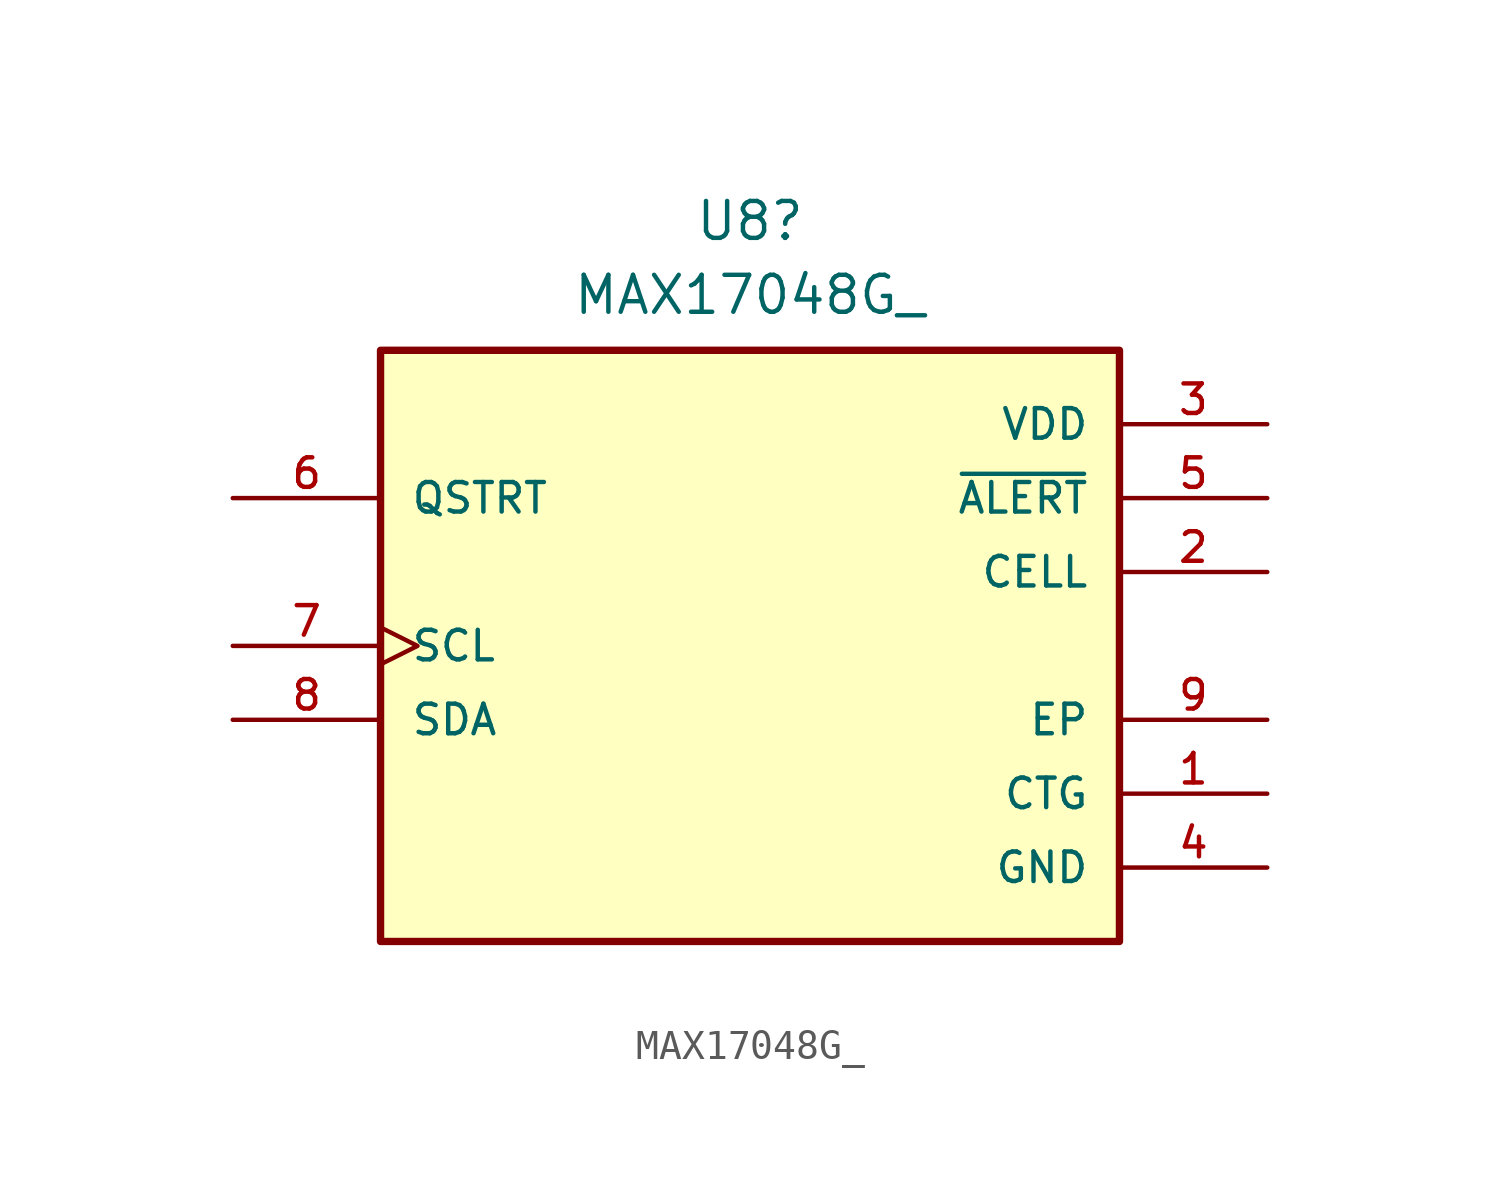
<source format=kicad_sym>
(kicad_symbol_lib
  (version 20220914)
  (generator kicad_symbol_editor)
  (symbol "MAX17048G_"
    (pin_names
      (offset 1.016))
    (property "Reference" "U8"
      (at 0 14.605 0)
      (effects (font (size 1.27 1.27))))
    (property "Value" "MAX17048G_"
      (at 0 12.065 0)
      (effects (font (size 1.27 1.27))))
    (property "ki_locked" ""
      (at 0 0 0)
      (effects (font (size 1.27 1.27))))
    (symbol "MAX17048G__0_0"
      (rectangle (start -12.7 -10.16) (end 12.7 10.16) (stroke (width 0.254) (type solid)) (fill (type background)))
      (pin power_in line (at 17.78 -5.08 180) (length 5.08) (name "CTG" (effects (font (size 1.016 1.016)))) (number "1" (effects (font (size 1.016 1.016)))))
      (pin power_in line (at 17.78 2.54 180) (length 5.08) (name "CELL" (effects (font (size 1.016 1.016)))) (number "2" (effects (font (size 1.016 1.016)))))
      (pin power_in line (at 17.78 7.62 180) (length 5.08) (name "VDD" (effects (font (size 1.016 1.016)))) (number "3" (effects (font (size 1.016 1.016)))))
      (pin power_in line (at 17.78 -7.62 180) (length 5.08) (name "GND" (effects (font (size 1.016 1.016)))) (number "4" (effects (font (size 1.016 1.016)))))
      (pin output line (at 17.78 5.08 180) (length 5.08) (name "~{ALERT}" (effects (font (size 1.016 1.016)))) (number "5" (effects (font (size 1.016 1.016)))))
      (pin input line (at -17.78 5.08 0) (length 5.08) (name "QSTRT" (effects (font (size 1.016 1.016)))) (number "6" (effects (font (size 1.016 1.016)))))
      (pin input clock (at -17.78 0 0) (length 5.08) (name "SCL" (effects (font (size 1.016 1.016)))) (number "7" (effects (font (size 1.016 1.016)))))
      (pin bidirectional line (at -17.78 -2.54 0) (length 5.08) (name "SDA" (effects (font (size 1.016 1.016)))) (number "8" (effects (font (size 1.016 1.016)))))
      (pin power_in line (at 17.78 -2.54 180) (length 5.08) (name "EP" (effects (font (size 1.016 1.016)))) (number "9" (effects (font (size 1.016 1.016))))))))
</source>
